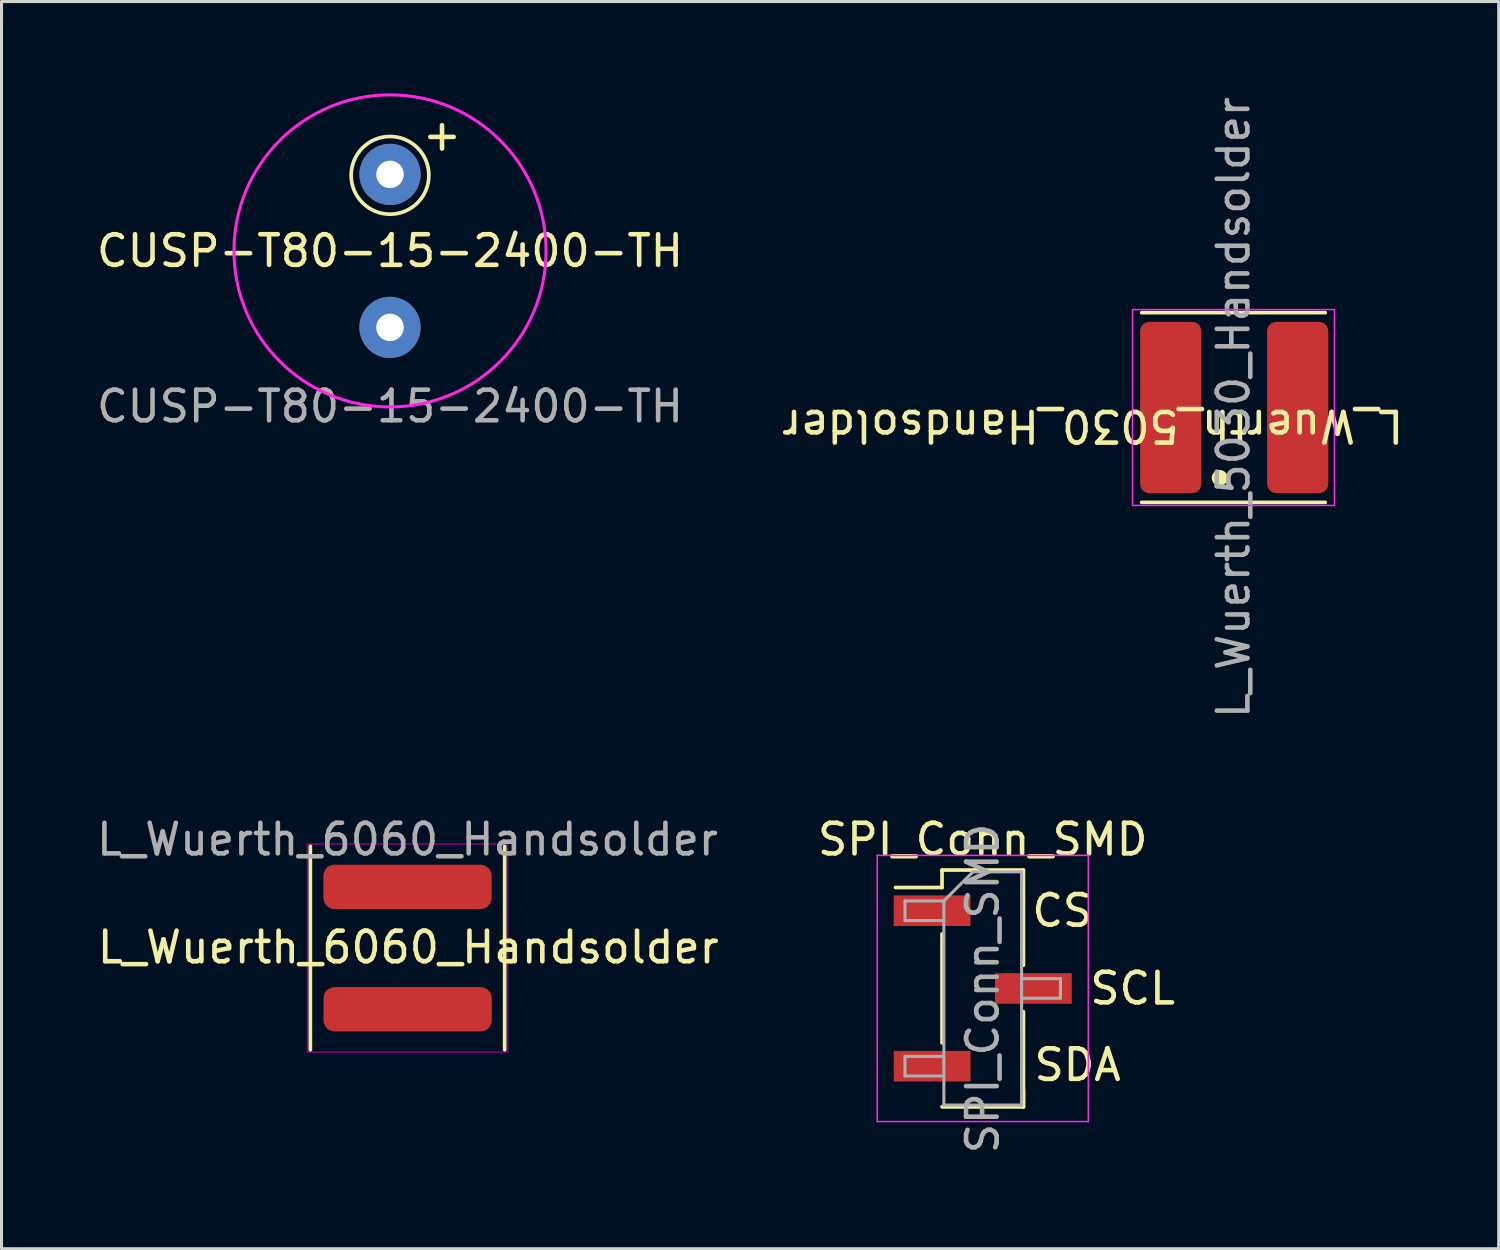
<source format=kicad_pcb>
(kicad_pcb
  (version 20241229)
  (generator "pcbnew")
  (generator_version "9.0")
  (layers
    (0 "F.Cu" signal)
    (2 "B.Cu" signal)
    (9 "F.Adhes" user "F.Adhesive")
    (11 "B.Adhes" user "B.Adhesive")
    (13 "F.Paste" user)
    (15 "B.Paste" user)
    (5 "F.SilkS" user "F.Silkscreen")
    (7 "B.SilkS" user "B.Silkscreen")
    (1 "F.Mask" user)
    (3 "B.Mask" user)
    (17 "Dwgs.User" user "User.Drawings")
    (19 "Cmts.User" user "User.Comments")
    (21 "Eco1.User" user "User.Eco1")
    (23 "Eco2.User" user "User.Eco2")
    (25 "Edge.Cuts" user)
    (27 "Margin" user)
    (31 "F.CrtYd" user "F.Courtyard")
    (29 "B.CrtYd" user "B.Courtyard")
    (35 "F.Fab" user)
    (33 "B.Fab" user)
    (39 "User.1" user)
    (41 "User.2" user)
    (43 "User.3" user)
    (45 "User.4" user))
  (footprint "L_Wuerth_6060_Handsolder"
    (layer "F.Cu")
    (at 10.268 27.934)
    (property "Reference" "L_Wuerth_6060_Handsolder" (at 0.025 -0.025 0) (unlocked yes) (layer "F.SilkS") (effects (font (size 1 1) (thickness 0.15))))
    (attr smd)
    (fp_line (start -3.175 -3.325) (end -3.175 3.325) (stroke (width 0.12) (type solid)) (layer "F.SilkS"))
    (fp_line (start 3.175 -3.325) (end 3.175 3.325) (stroke (width 0.12) (type solid)) (layer "F.SilkS"))
    (fp_rect (start -3.275 -3.4) (end 3.275 3.4) (stroke (width 0.05) (type solid)) (fill no) (layer "F.Adhes"))
    (fp_text user "${REFERENCE}" (at 0 -3.55 0) (unlocked yes) (layer "F.Fab") (effects (font (size 1 1) (thickness 0.15))))
    (pad "1" smd roundrect (at 0 -2) (size 5.5 1.45) (layers "F.Cu" "F.Mask" "F.Paste") (roundrect_rratio 0.25))
    (pad "2" smd roundrect (at 0.004 2) (size 5.5 1.45) (layers "F.Cu" "F.Mask" "F.Paste") (roundrect_rratio 0.25))
    (zone (net_name "") (layers "F.Cu" "B.Cu") (hatch edge 0.508) (connect_pads) (min_thickness 0.254) (filled_areas_thickness no) (keepout (tracks not_allowed) (vias not_allowed) (pads not_allowed) (copperpour allowed) (footprints allowed)) (placement (enabled no)) (fill) (polygon (pts (xy 13.018 29.209) (xy 7.518 29.209) (xy 7.518 26.659) (xy 13.018 26.659)))))
  (footprint "CUSP-T80-15-2400-TH"
    (layer "F.Cu")
    (at 9.696 5.15)
    (property "Reference" "CUSP-T80-15-2400-TH" (at 0 0 0) (unlocked yes) (layer "F.SilkS") (effects (font (size 1 1) (thickness 0.15))))
    (attr through_hole)
    (fp_circle (center 0 -2.47) (end 1.27 -2.47) (stroke (width 0.12) (type solid)) (fill no) (layer "F.SilkS"))
    (fp_circle (center 0 0) (end 5.1 0) (stroke (width 0.1) (type solid)) (fill no) (layer "F.CrtYd"))
    (fp_text user "+" (at 1.7 -3.8 0) (unlocked yes) (layer "F.SilkS") (effects (font (size 1 1) (thickness 0.15))))
    (fp_text user "${REFERENCE}" (at 0 5.08 0) (unlocked yes) (layer "F.Fab") (effects (font (size 1 1) (thickness 0.15))))
    (pad "1" thru_hole circle (at 0 -2.5) (size 2 2) (drill 0.9) (layers "*.Cu" "*.Mask"))
    (pad "2" thru_hole circle (at 0 2.5) (size 2 2) (drill 0.9) (layers "*.Cu" "*.Mask")))
  (footprint "L_Wuerth_5030_Handsolder"
    (layer "F.Cu")
    (at 37.261 10.268)
    (property "Reference" "L_Wuerth_5030_Handsolder" (at -4.6 0.6 180) (unlocked yes) (layer "F.SilkS") (effects (font (size 1 1) (thickness 0.15))))
    (attr smd)
    (fp_line (start -3 -3.1) (end 3 -3.1) (stroke (width 0.12) (type solid)) (layer "F.SilkS"))
    (fp_line (start -3 3.1) (end 3 3.1) (stroke (width 0.12) (type solid)) (layer "F.SilkS"))
    (fp_circle (center -0.45 2.3) (end -0.25 2.3) (stroke (width 0.12) (type solid)) (fill yes) (layer "F.SilkS"))
    (fp_rect (start -3.3 -3.2) (end 3.3 3.2) (stroke (width 0.05) (type solid)) (fill no) (layer "F.CrtYd"))
    (fp_text user "${REFERENCE}" (at 0 0 90) (unlocked yes) (layer "F.Fab") (effects (font (size 1 1) (thickness 0.15))))
    (pad "1" smd roundrect (at -2.05 0 90) (size 5.6 2) (layers "F.Cu" "F.Mask" "F.Paste") (roundrect_rratio 0.15))
    (pad "2" smd roundrect (at 2.1 0 90) (size 5.6 2) (layers "F.Cu" "F.Mask" "F.Paste") (roundrect_rratio 0.15)))
  (footprint "SPI_Conn_SMD"
    (layer "F.Cu")
    (at 29.067 29.254)
    (property "Reference" "SPI_Conn_SMD" (at 0 -4.87 0) (layer "F.SilkS") (effects (font (size 1 1) (thickness 0.15))))
    (attr smd)
    (fp_line (start -1.33 -3.87) (end -1.33 -3.3) (stroke (width 0.12) (type solid)) (layer "F.SilkS"))
    (fp_line (start -1.33 -3.87) (end 1.33 -3.87) (stroke (width 0.12) (type solid)) (layer "F.SilkS"))
    (fp_line (start -1.33 -3.3) (end -2.85 -3.3) (stroke (width 0.12) (type solid)) (layer "F.SilkS"))
    (fp_line (start -1.33 -1.78) (end -1.33 1.78) (stroke (width 0.12) (type solid)) (layer "F.SilkS"))
    (fp_line (start -1.33 3.87) (end 1.33 3.87) (stroke (width 0.12) (type solid)) (layer "F.SilkS"))
    (fp_line (start 1.33 -3.87) (end 1.33 -0.76) (stroke (width 0.12) (type solid)) (layer "F.SilkS"))
    (fp_line (start 1.33 0.76) (end 1.33 3.87) (stroke (width 0.12) (type solid)) (layer "F.SilkS"))
    (fp_line (start 1.33 3.3) (end 1.33 3.87) (stroke (width 0.12) (type solid)) (layer "F.SilkS"))
    (fp_line (start -3.45 -4.35) (end -3.45 4.35) (stroke (width 0.05) (type solid)) (layer "F.CrtYd"))
    (fp_line (start -3.45 4.35) (end 3.45 4.35) (stroke (width 0.05) (type solid)) (layer "F.CrtYd"))
    (fp_line (start 3.45 -4.35) (end -3.45 -4.35) (stroke (width 0.05) (type solid)) (layer "F.CrtYd"))
    (fp_line (start 3.45 4.35) (end 3.45 -4.35) (stroke (width 0.05) (type solid)) (layer "F.CrtYd"))
    (fp_line (start -2.54 -2.86) (end -2.54 -2.22) (stroke (width 0.1) (type solid)) (layer "F.Fab"))
    (fp_line (start -2.54 -2.22) (end -1.27 -2.22) (stroke (width 0.1) (type solid)) (layer "F.Fab"))
    (fp_line (start -2.54 2.22) (end -2.54 2.86) (stroke (width 0.1) (type solid)) (layer "F.Fab"))
    (fp_line (start -2.54 2.86) (end -1.27 2.86) (stroke (width 0.1) (type solid)) (layer "F.Fab"))
    (fp_line (start -1.27 -2.86) (end -2.54 -2.86) (stroke (width 0.1) (type solid)) (layer "F.Fab"))
    (fp_line (start -1.27 -2.86) (end -0.32 -3.81) (stroke (width 0.1) (type solid)) (layer "F.Fab"))
    (fp_line (start -1.27 2.22) (end -2.54 2.22) (stroke (width 0.1) (type solid)) (layer "F.Fab"))
    (fp_line (start -1.27 3.81) (end -1.27 -2.86) (stroke (width 0.1) (type solid)) (layer "F.Fab"))
    (fp_line (start -0.32 -3.81) (end 1.27 -3.81) (stroke (width 0.1) (type solid)) (layer "F.Fab"))
    (fp_line (start 1.27 -3.81) (end 1.27 3.81) (stroke (width 0.1) (type solid)) (layer "F.Fab"))
    (fp_line (start 1.27 -0.32) (end 2.54 -0.32) (stroke (width 0.1) (type solid)) (layer "F.Fab"))
    (fp_line (start 1.27 3.81) (end -1.27 3.81) (stroke (width 0.1) (type solid)) (layer "F.Fab"))
    (fp_line (start 2.54 -0.32) (end 2.54 0.32) (stroke (width 0.1) (type solid)) (layer "F.Fab"))
    (fp_line (start 2.54 0.32) (end 1.27 0.32) (stroke (width 0.1) (type solid)) (layer "F.Fab"))
    (fp_text user "SCL" (at 4.9 0 0) (unlocked yes) (layer "F.SilkS") (effects (font (size 1 1) (thickness 0.15))))
    (fp_text user "CS" (at 2.6 -2.54 0) (unlocked yes) (layer "F.SilkS") (effects (font (size 1 1) (thickness 0.15))))
    (fp_text user "SDA" (at 3.1 2.5 0) (unlocked yes) (layer "F.SilkS") (effects (font (size 1 1) (thickness 0.15))))
    (fp_text user "${REFERENCE}" (at 0 0 90) (layer "F.Fab") (effects (font (size 1 1) (thickness 0.15))))
    (pad "1" smd rect (at -1.655 -2.54) (size 2.51 1) (layers "F.Cu" "F.Mask" "F.Paste"))
    (pad "2" smd rect (at 1.655 0) (size 2.51 1) (layers "F.Cu" "F.Mask" "F.Paste"))
    (pad "3" smd rect (at -1.655 2.54) (size 2.51 1) (layers "F.Cu" "F.Mask" "F.Paste")))
  (gr_rect
    (start -3 -3)
    (end 45.929 37.76)
    (stroke (width 0.1) (type default))
    (fill no)
    (layer "Edge.Cuts")))
</source>
